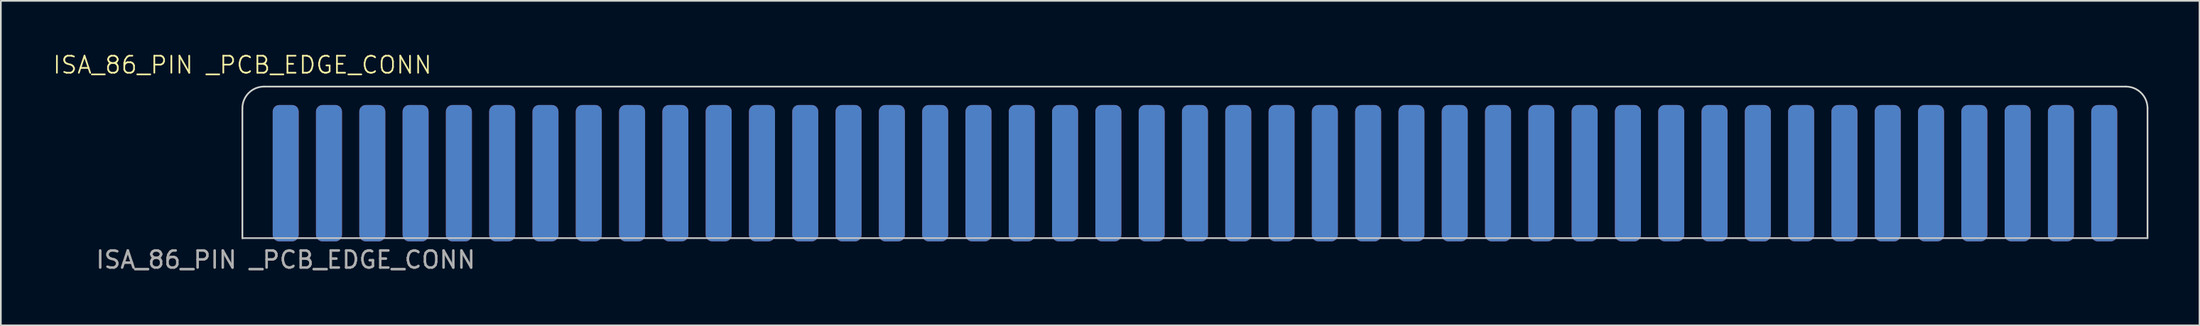
<source format=kicad_pcb>
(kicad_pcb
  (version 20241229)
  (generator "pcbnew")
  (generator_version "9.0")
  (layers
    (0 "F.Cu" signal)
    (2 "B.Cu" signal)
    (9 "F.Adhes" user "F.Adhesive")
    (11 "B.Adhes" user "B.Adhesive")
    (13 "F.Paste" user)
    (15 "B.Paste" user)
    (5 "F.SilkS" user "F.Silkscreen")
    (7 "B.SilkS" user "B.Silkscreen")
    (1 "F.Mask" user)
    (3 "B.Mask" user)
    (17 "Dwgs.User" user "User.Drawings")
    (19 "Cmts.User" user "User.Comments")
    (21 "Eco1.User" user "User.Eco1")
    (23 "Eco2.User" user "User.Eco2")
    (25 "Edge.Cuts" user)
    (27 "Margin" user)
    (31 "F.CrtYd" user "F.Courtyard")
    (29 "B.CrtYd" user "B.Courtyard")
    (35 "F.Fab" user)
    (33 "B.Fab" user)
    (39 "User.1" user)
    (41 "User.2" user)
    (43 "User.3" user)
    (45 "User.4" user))
  (footprint "ISA_86_PIN _PCB_EDGE_CONN"
    (layer "F.Cu")
    (at 13.709 7.111)
    (property "Reference" "ISA_86_PIN _PCB_EDGE_CONN" (at -2.54 -6.35 0) (unlocked yes) (layer "F.SilkS") (effects (font (size 1 1) (thickness 0.1))))
    (attr smd)
    (fp_poly (pts (xy -2.54 -3.81) (xy 109.22 -3.81) (xy 109.22 3.81) (xy -2.54 3.81)) (stroke (width 0.1) (type solid)) (fill yes) (layer "F.Mask"))
    (fp_poly (pts (xy -2.54 -3.81) (xy 109.22 -3.81) (xy 109.22 3.81) (xy -2.54 3.81)) (stroke (width 0.1) (type solid)) (fill yes) (layer "B.Mask"))
    (fp_line (start -2.54 3.81) (end 109.22 3.81) (stroke (width 0.1) (type default)) (layer "Dwgs.User"))
    (fp_line (start -2.54 -3.81) (end -2.54 3.82) (stroke (width 0.1) (type solid)) (layer "Edge.Cuts"))
    (fp_line (start 107.95 -5.08) (end -1.27 -5.08) (stroke (width 0.1) (type default)) (layer "Edge.Cuts"))
    (fp_line (start 109.22 3.81) (end 109.22 -3.81) (stroke (width 0.1) (type solid)) (layer "Edge.Cuts"))
    (fp_arc (start -2.54 -3.81) (mid -2.168026 -4.708026) (end -1.27 -5.08) (stroke (width 0.1) (type solid)) (layer "Edge.Cuts"))
    (fp_arc (start 107.95 -5.08) (mid 108.848026 -4.708026) (end 109.22 -3.81) (stroke (width 0.1) (type solid)) (layer "Edge.Cuts"))
    (fp_text user "${REFERENCE}" (at 0 5.08 0) (unlocked yes) (layer "F.Fab") (effects (font (size 1 1) (thickness 0.15))))
    (pad "1" smd roundrect (at 0 0 90) (size 8 1.524) (layers "F.Cu" "F.Mask" "F.Paste") (roundrect_rratio 0.25) (padstack (mode front_inner_back) (layer "Inner" (shape roundrect) (size 6.35 1.57) (roundrect_rratio 0.15)) (layer "B.Cu" (shape roundrect) (size 6.35 1.57) (roundrect_rratio 0.15))))
    (pad "2" smd roundrect (at 0 0 270) (size 8 1.524) (layers "B.Cu" "B.Mask" "B.Paste") (roundrect_rratio 0.25) (padstack (mode front_inner_back) (layer "Inner" (shape roundrect) (size 6.35 1.57) (roundrect_rratio 0.15)) (layer "B.Cu" (shape roundrect) (size 8 1.524) (roundrect_rratio 0.25))))
    (pad "3" smd roundrect (at 2.54 0 90) (size 8 1.524) (layers "F.Cu" "F.Mask" "F.Paste") (roundrect_rratio 0.25) (padstack (mode front_inner_back) (layer "Inner" (shape roundrect) (size 6.35 1.57) (roundrect_rratio 0.15)) (layer "B.Cu" (shape roundrect) (size 6.35 1.57) (roundrect_rratio 0.15))))
    (pad "4" smd roundrect (at 2.54 0 270) (size 8 1.524) (layers "B.Cu" "B.Mask" "B.Paste") (roundrect_rratio 0.25) (padstack (mode front_inner_back) (layer "Inner" (shape roundrect) (size 6.35 1.57) (roundrect_rratio 0.15)) (layer "B.Cu" (shape roundrect) (size 8 1.524) (roundrect_rratio 0.25))))
    (pad "5" smd roundrect (at 5.08 0 90) (size 8 1.524) (layers "F.Cu" "F.Mask" "F.Paste") (roundrect_rratio 0.25) (padstack (mode front_inner_back) (layer "Inner" (shape roundrect) (size 6.35 1.57) (roundrect_rratio 0.15)) (layer "B.Cu" (shape roundrect) (size 6.35 1.57) (roundrect_rratio 0.15))))
    (pad "6" smd roundrect (at 5.08 0 270) (size 8 1.524) (layers "B.Cu" "B.Mask" "B.Paste") (roundrect_rratio 0.25) (padstack (mode front_inner_back) (layer "Inner" (shape roundrect) (size 6.35 1.57) (roundrect_rratio 0.15)) (layer "B.Cu" (shape roundrect) (size 8 1.524) (roundrect_rratio 0.25))))
    (pad "7" smd roundrect (at 7.62 0 90) (size 8 1.524) (layers "F.Cu" "F.Mask" "F.Paste") (roundrect_rratio 0.25) (padstack (mode front_inner_back) (layer "Inner" (shape roundrect) (size 6.35 1.57) (roundrect_rratio 0.15)) (layer "B.Cu" (shape roundrect) (size 6.35 1.57) (roundrect_rratio 0.15))))
    (pad "8" smd roundrect (at 7.62 0 270) (size 8 1.524) (layers "B.Cu" "B.Mask" "B.Paste") (roundrect_rratio 0.25) (padstack (mode front_inner_back) (layer "Inner" (shape roundrect) (size 6.35 1.57) (roundrect_rratio 0.15)) (layer "B.Cu" (shape roundrect) (size 8 1.524) (roundrect_rratio 0.25))))
    (pad "9" smd roundrect (at 10.16 0 90) (size 8 1.524) (layers "F.Cu" "F.Mask" "F.Paste") (roundrect_rratio 0.25) (padstack (mode front_inner_back) (layer "Inner" (shape roundrect) (size 6.35 1.57) (roundrect_rratio 0.15)) (layer "B.Cu" (shape roundrect) (size 6.35 1.57) (roundrect_rratio 0.15))))
    (pad "10" smd roundrect (at 10.16 0 270) (size 8 1.524) (layers "B.Cu" "B.Mask" "B.Paste") (roundrect_rratio 0.25) (padstack (mode front_inner_back) (layer "Inner" (shape roundrect) (size 6.35 1.57) (roundrect_rratio 0.15)) (layer "B.Cu" (shape roundrect) (size 8 1.524) (roundrect_rratio 0.25))))
    (pad "11" smd roundrect (at 12.7 0 90) (size 8 1.524) (layers "F.Cu" "F.Mask" "F.Paste") (roundrect_rratio 0.25) (padstack (mode front_inner_back) (layer "Inner" (shape roundrect) (size 6.35 1.57) (roundrect_rratio 0.15)) (layer "B.Cu" (shape roundrect) (size 6.35 1.57) (roundrect_rratio 0.15))))
    (pad "12" smd roundrect (at 12.7 0 270) (size 8 1.524) (layers "B.Cu" "B.Mask" "B.Paste") (roundrect_rratio 0.25) (padstack (mode front_inner_back) (layer "Inner" (shape roundrect) (size 6.35 1.57) (roundrect_rratio 0.15)) (layer "B.Cu" (shape roundrect) (size 8 1.524) (roundrect_rratio 0.25))))
    (pad "13" smd roundrect (at 15.24 0 90) (size 8 1.524) (layers "F.Cu" "F.Mask" "F.Paste") (roundrect_rratio 0.25) (padstack (mode front_inner_back) (layer "Inner" (shape roundrect) (size 6.35 1.57) (roundrect_rratio 0.15)) (layer "B.Cu" (shape roundrect) (size 6.35 1.57) (roundrect_rratio 0.15))))
    (pad "14" smd roundrect (at 15.24 0 270) (size 8 1.524) (layers "B.Cu" "B.Mask" "B.Paste") (roundrect_rratio 0.25) (padstack (mode front_inner_back) (layer "Inner" (shape roundrect) (size 6.35 1.57) (roundrect_rratio 0.15)) (layer "B.Cu" (shape roundrect) (size 8 1.524) (roundrect_rratio 0.25))))
    (pad "15" smd roundrect (at 17.78 0 90) (size 8 1.524) (layers "F.Cu" "F.Mask" "F.Paste") (roundrect_rratio 0.25) (padstack (mode front_inner_back) (layer "Inner" (shape roundrect) (size 6.35 1.57) (roundrect_rratio 0.15)) (layer "B.Cu" (shape roundrect) (size 6.35 1.57) (roundrect_rratio 0.15))))
    (pad "16" smd roundrect (at 17.78 0 270) (size 8 1.524) (layers "B.Cu" "B.Mask" "B.Paste") (roundrect_rratio 0.25) (padstack (mode front_inner_back) (layer "Inner" (shape roundrect) (size 6.35 1.57) (roundrect_rratio 0.15)) (layer "B.Cu" (shape roundrect) (size 8 1.524) (roundrect_rratio 0.25))))
    (pad "17" smd roundrect (at 20.32 0 90) (size 8 1.524) (layers "F.Cu" "F.Mask" "F.Paste") (roundrect_rratio 0.25) (padstack (mode front_inner_back) (layer "Inner" (shape roundrect) (size 6.35 1.57) (roundrect_rratio 0.15)) (layer "B.Cu" (shape roundrect) (size 6.35 1.57) (roundrect_rratio 0.15))))
    (pad "18" smd roundrect (at 20.32 0 270) (size 8 1.524) (layers "B.Cu" "B.Mask" "B.Paste") (roundrect_rratio 0.25) (padstack (mode front_inner_back) (layer "Inner" (shape roundrect) (size 6.35 1.57) (roundrect_rratio 0.15)) (layer "B.Cu" (shape roundrect) (size 8 1.524) (roundrect_rratio 0.25))))
    (pad "19" smd roundrect (at 22.86 0 90) (size 8 1.524) (layers "F.Cu" "F.Mask" "F.Paste") (roundrect_rratio 0.25) (padstack (mode front_inner_back) (layer "Inner" (shape roundrect) (size 6.35 1.57) (roundrect_rratio 0.15)) (layer "B.Cu" (shape roundrect) (size 6.35 1.57) (roundrect_rratio 0.15))))
    (pad "20" smd roundrect (at 22.86 0 270) (size 8 1.524) (layers "B.Cu" "B.Mask" "B.Paste") (roundrect_rratio 0.25) (padstack (mode front_inner_back) (layer "Inner" (shape roundrect) (size 6.35 1.57) (roundrect_rratio 0.15)) (layer "B.Cu" (shape roundrect) (size 8 1.524) (roundrect_rratio 0.25))))
    (pad "21" smd roundrect (at 25.4 0 90) (size 8 1.524) (layers "F.Cu" "F.Mask" "F.Paste") (roundrect_rratio 0.25) (padstack (mode front_inner_back) (layer "Inner" (shape roundrect) (size 6.35 1.57) (roundrect_rratio 0.15)) (layer "B.Cu" (shape roundrect) (size 6.35 1.57) (roundrect_rratio 0.15))))
    (pad "22" smd roundrect (at 25.4 0 270) (size 8 1.524) (layers "B.Cu" "B.Mask" "B.Paste") (roundrect_rratio 0.25) (padstack (mode front_inner_back) (layer "Inner" (shape roundrect) (size 6.35 1.57) (roundrect_rratio 0.15)) (layer "B.Cu" (shape roundrect) (size 8 1.524) (roundrect_rratio 0.25))))
    (pad "23" smd roundrect (at 27.94 0 90) (size 8 1.524) (layers "F.Cu" "F.Mask" "F.Paste") (roundrect_rratio 0.25) (padstack (mode front_inner_back) (layer "Inner" (shape roundrect) (size 6.35 1.57) (roundrect_rratio 0.15)) (layer "B.Cu" (shape roundrect) (size 6.35 1.57) (roundrect_rratio 0.15))))
    (pad "24" smd roundrect (at 27.94 0 270) (size 8 1.524) (layers "B.Cu" "B.Mask" "B.Paste") (roundrect_rratio 0.25) (padstack (mode front_inner_back) (layer "Inner" (shape roundrect) (size 6.35 1.57) (roundrect_rratio 0.15)) (layer "B.Cu" (shape roundrect) (size 8 1.524) (roundrect_rratio 0.25))))
    (pad "25" smd roundrect (at 30.48 0 90) (size 8 1.524) (layers "F.Cu" "F.Mask" "F.Paste") (roundrect_rratio 0.25) (padstack (mode front_inner_back) (layer "Inner" (shape roundrect) (size 6.35 1.57) (roundrect_rratio 0.15)) (layer "B.Cu" (shape roundrect) (size 6.35 1.57) (roundrect_rratio 0.15))))
    (pad "26" smd roundrect (at 30.48 0 270) (size 8 1.524) (layers "B.Cu" "B.Mask" "B.Paste") (roundrect_rratio 0.25) (padstack (mode front_inner_back) (layer "Inner" (shape roundrect) (size 6.35 1.57) (roundrect_rratio 0.15)) (layer "B.Cu" (shape roundrect) (size 8 1.524) (roundrect_rratio 0.25))))
    (pad "27" smd roundrect (at 33.02 0 90) (size 8 1.524) (layers "F.Cu" "F.Mask" "F.Paste") (roundrect_rratio 0.25) (padstack (mode front_inner_back) (layer "Inner" (shape roundrect) (size 6.35 1.57) (roundrect_rratio 0.15)) (layer "B.Cu" (shape roundrect) (size 6.35 1.57) (roundrect_rratio 0.15))))
    (pad "28" smd roundrect (at 33.02 0 270) (size 8 1.524) (layers "B.Cu" "B.Mask" "B.Paste") (roundrect_rratio 0.25) (padstack (mode front_inner_back) (layer "Inner" (shape roundrect) (size 6.35 1.57) (roundrect_rratio 0.15)) (layer "B.Cu" (shape roundrect) (size 8 1.524) (roundrect_rratio 0.25))))
    (pad "29" smd roundrect (at 35.56 0 90) (size 8 1.524) (layers "F.Cu" "F.Mask" "F.Paste") (roundrect_rratio 0.25) (padstack (mode front_inner_back) (layer "Inner" (shape roundrect) (size 6.35 1.57) (roundrect_rratio 0.15)) (layer "B.Cu" (shape roundrect) (size 6.35 1.57) (roundrect_rratio 0.15))))
    (pad "30" smd roundrect (at 35.56 0 270) (size 8 1.524) (layers "B.Cu" "B.Mask" "B.Paste") (roundrect_rratio 0.25) (padstack (mode front_inner_back) (layer "Inner" (shape roundrect) (size 6.35 1.57) (roundrect_rratio 0.15)) (layer "B.Cu" (shape roundrect) (size 8 1.524) (roundrect_rratio 0.25))))
    (pad "31" smd roundrect (at 38.1 0 90) (size 8 1.524) (layers "F.Cu" "F.Mask" "F.Paste") (roundrect_rratio 0.25) (padstack (mode front_inner_back) (layer "Inner" (shape roundrect) (size 6.35 1.57) (roundrect_rratio 0.15)) (layer "B.Cu" (shape roundrect) (size 6.35 1.57) (roundrect_rratio 0.15))))
    (pad "32" smd roundrect (at 38.1 0 270) (size 8 1.524) (layers "B.Cu" "B.Mask" "B.Paste") (roundrect_rratio 0.25) (padstack (mode front_inner_back) (layer "Inner" (shape roundrect) (size 6.35 1.57) (roundrect_rratio 0.15)) (layer "B.Cu" (shape roundrect) (size 8 1.524) (roundrect_rratio 0.25))))
    (pad "33" smd roundrect (at 40.64 0 90) (size 8 1.524) (layers "F.Cu" "F.Mask" "F.Paste") (roundrect_rratio 0.25) (padstack (mode front_inner_back) (layer "Inner" (shape roundrect) (size 6.35 1.57) (roundrect_rratio 0.15)) (layer "B.Cu" (shape roundrect) (size 6.35 1.57) (roundrect_rratio 0.15))))
    (pad "34" smd roundrect (at 40.64 0 270) (size 8 1.524) (layers "B.Cu" "B.Mask" "B.Paste") (roundrect_rratio 0.25) (padstack (mode front_inner_back) (layer "Inner" (shape roundrect) (size 6.35 1.57) (roundrect_rratio 0.15)) (layer "B.Cu" (shape roundrect) (size 8 1.524) (roundrect_rratio 0.25))))
    (pad "35" smd roundrect (at 43.18 0 90) (size 8 1.524) (layers "F.Cu" "F.Mask" "F.Paste") (roundrect_rratio 0.25) (padstack (mode front_inner_back) (layer "Inner" (shape roundrect) (size 6.35 1.57) (roundrect_rratio 0.15)) (layer "B.Cu" (shape roundrect) (size 6.35 1.57) (roundrect_rratio 0.15))))
    (pad "36" smd roundrect (at 43.18 0 270) (size 8 1.524) (layers "B.Cu" "B.Mask" "B.Paste") (roundrect_rratio 0.25) (padstack (mode front_inner_back) (layer "Inner" (shape roundrect) (size 6.35 1.57) (roundrect_rratio 0.15)) (layer "B.Cu" (shape roundrect) (size 8 1.524) (roundrect_rratio 0.25))))
    (pad "37" smd roundrect (at 45.72 0 90) (size 8 1.524) (layers "F.Cu" "F.Mask" "F.Paste") (roundrect_rratio 0.25) (padstack (mode front_inner_back) (layer "Inner" (shape roundrect) (size 6.35 1.57) (roundrect_rratio 0.15)) (layer "B.Cu" (shape roundrect) (size 6.35 1.57) (roundrect_rratio 0.15))))
    (pad "38" smd roundrect (at 45.72 0 270) (size 8 1.524) (layers "B.Cu" "B.Mask" "B.Paste") (roundrect_rratio 0.25) (padstack (mode front_inner_back) (layer "Inner" (shape roundrect) (size 6.35 1.57) (roundrect_rratio 0.15)) (layer "B.Cu" (shape roundrect) (size 8 1.524) (roundrect_rratio 0.25))))
    (pad "39" smd roundrect (at 48.26 0 90) (size 8 1.524) (layers "F.Cu" "F.Mask" "F.Paste") (roundrect_rratio 0.25) (padstack (mode front_inner_back) (layer "Inner" (shape roundrect) (size 6.35 1.57) (roundrect_rratio 0.15)) (layer "B.Cu" (shape roundrect) (size 6.35 1.57) (roundrect_rratio 0.15))))
    (pad "40" smd roundrect (at 48.26 0 270) (size 8 1.524) (layers "B.Cu" "B.Mask" "B.Paste") (roundrect_rratio 0.25) (padstack (mode front_inner_back) (layer "Inner" (shape roundrect) (size 6.35 1.57) (roundrect_rratio 0.15)) (layer "B.Cu" (shape roundrect) (size 8 1.524) (roundrect_rratio 0.25))))
    (pad "41" smd roundrect (at 50.8 0 90) (size 8 1.524) (layers "F.Cu" "F.Mask" "F.Paste") (roundrect_rratio 0.25) (padstack (mode front_inner_back) (layer "Inner" (shape roundrect) (size 6.35 1.57) (roundrect_rratio 0.15)) (layer "B.Cu" (shape roundrect) (size 6.35 1.57) (roundrect_rratio 0.15))))
    (pad "42" smd roundrect (at 50.8 0 270) (size 8 1.524) (layers "B.Cu" "B.Mask" "B.Paste") (roundrect_rratio 0.25) (padstack (mode front_inner_back) (layer "Inner" (shape roundrect) (size 6.35 1.57) (roundrect_rratio 0.15)) (layer "B.Cu" (shape roundrect) (size 8 1.524) (roundrect_rratio 0.25))))
    (pad "43" smd roundrect (at 53.34 0 90) (size 8 1.524) (layers "F.Cu" "F.Mask" "F.Paste") (roundrect_rratio 0.25) (padstack (mode front_inner_back) (layer "Inner" (shape roundrect) (size 6.35 1.57) (roundrect_rratio 0.15)) (layer "B.Cu" (shape roundrect) (size 6.35 1.57) (roundrect_rratio 0.15))))
    (pad "44" smd roundrect (at 53.34 0 270) (size 8 1.524) (layers "B.Cu" "B.Mask" "B.Paste") (roundrect_rratio 0.25) (padstack (mode front_inner_back) (layer "Inner" (shape roundrect) (size 6.35 1.57) (roundrect_rratio 0.15)) (layer "B.Cu" (shape roundrect) (size 8 1.524) (roundrect_rratio 0.25))))
    (pad "45" smd roundrect (at 55.88 0 90) (size 8 1.524) (layers "F.Cu" "F.Mask" "F.Paste") (roundrect_rratio 0.25) (padstack (mode front_inner_back) (layer "Inner" (shape roundrect) (size 6.35 1.57) (roundrect_rratio 0.15)) (layer "B.Cu" (shape roundrect) (size 6.35 1.57) (roundrect_rratio 0.15))))
    (pad "46" smd roundrect (at 55.88 0 270) (size 8 1.524) (layers "B.Cu" "B.Mask" "B.Paste") (roundrect_rratio 0.25) (padstack (mode front_inner_back) (layer "Inner" (shape roundrect) (size 6.35 1.57) (roundrect_rratio 0.15)) (layer "B.Cu" (shape roundrect) (size 8 1.524) (roundrect_rratio 0.25))))
    (pad "47" smd roundrect (at 58.42 0 90) (size 8 1.524) (layers "F.Cu" "F.Mask" "F.Paste") (roundrect_rratio 0.25) (padstack (mode front_inner_back) (layer "Inner" (shape roundrect) (size 6.35 1.57) (roundrect_rratio 0.15)) (layer "B.Cu" (shape roundrect) (size 6.35 1.57) (roundrect_rratio 0.15))))
    (pad "48" smd roundrect (at 58.42 0 270) (size 8 1.524) (layers "B.Cu" "B.Mask" "B.Paste") (roundrect_rratio 0.25) (padstack (mode front_inner_back) (layer "Inner" (shape roundrect) (size 6.35 1.57) (roundrect_rratio 0.15)) (layer "B.Cu" (shape roundrect) (size 8 1.524) (roundrect_rratio 0.25))))
    (pad "49" smd roundrect (at 60.96 0 90) (size 8 1.524) (layers "F.Cu" "F.Mask" "F.Paste") (roundrect_rratio 0.25) (padstack (mode front_inner_back) (layer "Inner" (shape roundrect) (size 6.35 1.57) (roundrect_rratio 0.15)) (layer "B.Cu" (shape roundrect) (size 6.35 1.57) (roundrect_rratio 0.15))))
    (pad "50" smd roundrect (at 60.96 0 270) (size 8 1.524) (layers "B.Cu" "B.Mask" "B.Paste") (roundrect_rratio 0.25) (padstack (mode front_inner_back) (layer "Inner" (shape roundrect) (size 6.35 1.57) (roundrect_rratio 0.15)) (layer "B.Cu" (shape roundrect) (size 8 1.524) (roundrect_rratio 0.25))))
    (pad "51" smd roundrect (at 63.5 0 90) (size 8 1.524) (layers "F.Cu" "F.Mask" "F.Paste") (roundrect_rratio 0.25) (padstack (mode front_inner_back) (layer "Inner" (shape roundrect) (size 6.35 1.57) (roundrect_rratio 0.15)) (layer "B.Cu" (shape roundrect) (size 6.35 1.57) (roundrect_rratio 0.15))))
    (pad "52" smd roundrect (at 63.5 0 270) (size 8 1.524) (layers "B.Cu" "B.Mask" "B.Paste") (roundrect_rratio 0.25) (padstack (mode front_inner_back) (layer "Inner" (shape roundrect) (size 6.35 1.57) (roundrect_rratio 0.15)) (layer "B.Cu" (shape roundrect) (size 8 1.524) (roundrect_rratio 0.25))))
    (pad "53" smd roundrect (at 66.04 0 90) (size 8 1.524) (layers "F.Cu" "F.Mask" "F.Paste") (roundrect_rratio 0.25) (padstack (mode front_inner_back) (layer "Inner" (shape roundrect) (size 6.35 1.57) (roundrect_rratio 0.15)) (layer "B.Cu" (shape roundrect) (size 6.35 1.57) (roundrect_rratio 0.15))))
    (pad "54" smd roundrect (at 66.04 0 270) (size 8 1.524) (layers "B.Cu" "B.Mask" "B.Paste") (roundrect_rratio 0.25) (padstack (mode front_inner_back) (layer "Inner" (shape roundrect) (size 6.35 1.57) (roundrect_rratio 0.15)) (layer "B.Cu" (shape roundrect) (size 8 1.524) (roundrect_rratio 0.25))))
    (pad "55" smd roundrect (at 68.58 0 90) (size 8 1.524) (layers "F.Cu" "F.Mask" "F.Paste") (roundrect_rratio 0.25) (padstack (mode front_inner_back) (layer "Inner" (shape roundrect) (size 6.35 1.57) (roundrect_rratio 0.15)) (layer "B.Cu" (shape roundrect) (size 6.35 1.57) (roundrect_rratio 0.15))))
    (pad "56" smd roundrect (at 68.58 0 270) (size 8 1.524) (layers "B.Cu" "B.Mask" "B.Paste") (roundrect_rratio 0.25) (padstack (mode front_inner_back) (layer "Inner" (shape roundrect) (size 6.35 1.57) (roundrect_rratio 0.15)) (layer "B.Cu" (shape roundrect) (size 8 1.524) (roundrect_rratio 0.25))))
    (pad "57" smd roundrect (at 71.12 0 90) (size 8 1.524) (layers "F.Cu" "F.Mask" "F.Paste") (roundrect_rratio 0.25) (padstack (mode front_inner_back) (layer "Inner" (shape roundrect) (size 6.35 1.57) (roundrect_rratio 0.15)) (layer "B.Cu" (shape roundrect) (size 6.35 1.57) (roundrect_rratio 0.15))))
    (pad "58" smd roundrect (at 71.12 0 270) (size 8 1.524) (layers "B.Cu" "B.Mask" "B.Paste") (roundrect_rratio 0.25) (padstack (mode front_inner_back) (layer "Inner" (shape roundrect) (size 6.35 1.57) (roundrect_rratio 0.15)) (layer "B.Cu" (shape roundrect) (size 8 1.524) (roundrect_rratio 0.25))))
    (pad "59" smd roundrect (at 73.66 0 90) (size 8 1.524) (layers "F.Cu" "F.Mask" "F.Paste") (roundrect_rratio 0.25) (padstack (mode front_inner_back) (layer "Inner" (shape roundrect) (size 6.35 1.57) (roundrect_rratio 0.15)) (layer "B.Cu" (shape roundrect) (size 6.35 1.57) (roundrect_rratio 0.15))))
    (pad "60" smd roundrect (at 73.66 0 270) (size 8 1.524) (layers "B.Cu" "B.Mask" "B.Paste") (roundrect_rratio 0.25) (padstack (mode front_inner_back) (layer "Inner" (shape roundrect) (size 6.35 1.57) (roundrect_rratio 0.15)) (layer "B.Cu" (shape roundrect) (size 8 1.524) (roundrect_rratio 0.25))))
    (pad "61" smd roundrect (at 76.2 0 90) (size 8 1.524) (layers "F.Cu" "F.Mask" "F.Paste") (roundrect_rratio 0.25) (padstack (mode front_inner_back) (layer "Inner" (shape roundrect) (size 6.35 1.57) (roundrect_rratio 0.15)) (layer "B.Cu" (shape roundrect) (size 6.35 1.57) (roundrect_rratio 0.15))))
    (pad "62" smd roundrect (at 76.2 0 270) (size 8 1.524) (layers "B.Cu" "B.Mask" "B.Paste") (roundrect_rratio 0.25) (padstack (mode front_inner_back) (layer "Inner" (shape roundrect) (size 6.35 1.57) (roundrect_rratio 0.15)) (layer "B.Cu" (shape roundrect) (size 8 1.524) (roundrect_rratio 0.25))))
    (pad "63" smd roundrect (at 78.74 0 90) (size 8 1.524) (layers "F.Cu" "F.Mask" "F.Paste") (roundrect_rratio 0.25) (padstack (mode front_inner_back) (layer "Inner" (shape roundrect) (size 6.35 1.57) (roundrect_rratio 0.15)) (layer "B.Cu" (shape roundrect) (size 6.35 1.57) (roundrect_rratio 0.15))))
    (pad "64" smd roundrect (at 78.74 0 270) (size 8 1.524) (layers "B.Cu" "B.Mask" "B.Paste") (roundrect_rratio 0.25) (padstack (mode front_inner_back) (layer "Inner" (shape roundrect) (size 6.35 1.57) (roundrect_rratio 0.15)) (layer "B.Cu" (shape roundrect) (size 8 1.524) (roundrect_rratio 0.25))))
    (pad "65" smd roundrect (at 81.28 0 90) (size 8 1.524) (layers "F.Cu" "F.Mask" "F.Paste") (roundrect_rratio 0.25) (padstack (mode front_inner_back) (layer "Inner" (shape roundrect) (size 6.35 1.57) (roundrect_rratio 0.15)) (layer "B.Cu" (shape roundrect) (size 6.35 1.57) (roundrect_rratio 0.15))))
    (pad "66" smd roundrect (at 81.28 0 270) (size 8 1.524) (layers "B.Cu" "B.Mask" "B.Paste") (roundrect_rratio 0.25) (padstack (mode front_inner_back) (layer "Inner" (shape roundrect) (size 6.35 1.57) (roundrect_rratio 0.15)) (layer "B.Cu" (shape roundrect) (size 8 1.524) (roundrect_rratio 0.25))))
    (pad "67" smd roundrect (at 83.82 0 90) (size 8 1.524) (layers "F.Cu" "F.Mask" "F.Paste") (roundrect_rratio 0.25) (padstack (mode front_inner_back) (layer "Inner" (shape roundrect) (size 6.35 1.57) (roundrect_rratio 0.15)) (layer "B.Cu" (shape roundrect) (size 6.35 1.57) (roundrect_rratio 0.15))))
    (pad "68" smd roundrect (at 83.82 0 270) (size 8 1.524) (layers "B.Cu" "B.Mask" "B.Paste") (roundrect_rratio 0.25) (padstack (mode front_inner_back) (layer "Inner" (shape roundrect) (size 6.35 1.57) (roundrect_rratio 0.15)) (layer "B.Cu" (shape roundrect) (size 8 1.524) (roundrect_rratio 0.25))))
    (pad "69" smd roundrect (at 86.36 0 90) (size 8 1.524) (layers "F.Cu" "F.Mask" "F.Paste") (roundrect_rratio 0.25) (padstack (mode front_inner_back) (layer "Inner" (shape roundrect) (size 6.35 1.57) (roundrect_rratio 0.15)) (layer "B.Cu" (shape roundrect) (size 6.35 1.57) (roundrect_rratio 0.15))))
    (pad "70" smd roundrect (at 86.36 0 270) (size 8 1.524) (layers "B.Cu" "B.Mask" "B.Paste") (roundrect_rratio 0.25) (padstack (mode front_inner_back) (layer "Inner" (shape roundrect) (size 6.35 1.57) (roundrect_rratio 0.15)) (layer "B.Cu" (shape roundrect) (size 8 1.524) (roundrect_rratio 0.25))))
    (pad "71" smd roundrect (at 88.9 0 90) (size 8 1.524) (layers "F.Cu" "F.Mask" "F.Paste") (roundrect_rratio 0.25) (padstack (mode front_inner_back) (layer "Inner" (shape roundrect) (size 6.35 1.57) (roundrect_rratio 0.15)) (layer "B.Cu" (shape roundrect) (size 6.35 1.57) (roundrect_rratio 0.15))))
    (pad "72" smd roundrect (at 88.9 0 270) (size 8 1.524) (layers "B.Cu" "B.Mask" "B.Paste") (roundrect_rratio 0.25) (padstack (mode front_inner_back) (layer "Inner" (shape roundrect) (size 6.35 1.57) (roundrect_rratio 0.15)) (layer "B.Cu" (shape roundrect) (size 8 1.524) (roundrect_rratio 0.25))))
    (pad "73" smd roundrect (at 91.44 0 90) (size 8 1.524) (layers "F.Cu" "F.Mask" "F.Paste") (roundrect_rratio 0.25) (padstack (mode front_inner_back) (layer "Inner" (shape roundrect) (size 6.35 1.57) (roundrect_rratio 0.15)) (layer "B.Cu" (shape roundrect) (size 6.35 1.57) (roundrect_rratio 0.15))))
    (pad "74" smd roundrect (at 91.44 0 270) (size 8 1.524) (layers "B.Cu" "B.Mask" "B.Paste") (roundrect_rratio 0.25) (padstack (mode front_inner_back) (layer "Inner" (shape roundrect) (size 6.35 1.57) (roundrect_rratio 0.15)) (layer "B.Cu" (shape roundrect) (size 8 1.524) (roundrect_rratio 0.25))))
    (pad "75" smd roundrect (at 93.98 0 90) (size 8 1.524) (layers "F.Cu" "F.Mask" "F.Paste") (roundrect_rratio 0.25) (padstack (mode front_inner_back) (layer "Inner" (shape roundrect) (size 6.35 1.57) (roundrect_rratio 0.15)) (layer "B.Cu" (shape roundrect) (size 6.35 1.57) (roundrect_rratio 0.15))))
    (pad "76" smd roundrect (at 93.98 0 270) (size 8 1.524) (layers "B.Cu" "B.Mask" "B.Paste") (roundrect_rratio 0.25) (padstack (mode front_inner_back) (layer "Inner" (shape roundrect) (size 6.35 1.57) (roundrect_rratio 0.15)) (layer "B.Cu" (shape roundrect) (size 8 1.524) (roundrect_rratio 0.25))))
    (pad "77" smd roundrect (at 96.52 0 90) (size 8 1.524) (layers "F.Cu" "F.Mask" "F.Paste") (roundrect_rratio 0.25) (padstack (mode front_inner_back) (layer "Inner" (shape roundrect) (size 6.35 1.57) (roundrect_rratio 0.15)) (layer "B.Cu" (shape roundrect) (size 6.35 1.57) (roundrect_rratio 0.15))))
    (pad "78" smd roundrect (at 96.52 0 270) (size 8 1.524) (layers "B.Cu" "B.Mask" "B.Paste") (roundrect_rratio 0.25) (padstack (mode front_inner_back) (layer "Inner" (shape roundrect) (size 6.35 1.57) (roundrect_rratio 0.15)) (layer "B.Cu" (shape roundrect) (size 8 1.524) (roundrect_rratio 0.25))))
    (pad "79" smd roundrect (at 99.06 0 90) (size 8 1.524) (layers "F.Cu" "F.Mask" "F.Paste") (roundrect_rratio 0.25) (padstack (mode front_inner_back) (layer "Inner" (shape roundrect) (size 6.35 1.57) (roundrect_rratio 0.15)) (layer "B.Cu" (shape roundrect) (size 6.35 1.57) (roundrect_rratio 0.15))))
    (pad "80" smd roundrect (at 99.06 0 270) (size 8 1.524) (layers "B.Cu" "B.Mask" "B.Paste") (roundrect_rratio 0.25) (padstack (mode front_inner_back) (layer "Inner" (shape roundrect) (size 6.35 1.57) (roundrect_rratio 0.15)) (layer "B.Cu" (shape roundrect) (size 8 1.524) (roundrect_rratio 0.25))))
    (pad "81" smd roundrect (at 101.6 0 90) (size 8 1.524) (layers "F.Cu" "F.Mask" "F.Paste") (roundrect_rratio 0.25) (padstack (mode front_inner_back) (layer "Inner" (shape roundrect) (size 6.35 1.57) (roundrect_rratio 0.15)) (layer "B.Cu" (shape roundrect) (size 6.35 1.57) (roundrect_rratio 0.15))))
    (pad "82" smd roundrect (at 101.6 0 270) (size 8 1.524) (layers "B.Cu" "B.Mask" "B.Paste") (roundrect_rratio 0.25) (padstack (mode front_inner_back) (layer "Inner" (shape roundrect) (size 6.35 1.57) (roundrect_rratio 0.15)) (layer "B.Cu" (shape roundrect) (size 8 1.524) (roundrect_rratio 0.25))))
    (pad "83" smd roundrect (at 104.14 0 90) (size 8 1.524) (layers "F.Cu" "F.Mask" "F.Paste") (roundrect_rratio 0.25) (padstack (mode front_inner_back) (layer "Inner" (shape roundrect) (size 6.35 1.57) (roundrect_rratio 0.15)) (layer "B.Cu" (shape roundrect) (size 6.35 1.57) (roundrect_rratio 0.15))))
    (pad "84" smd roundrect (at 104.14 0 270) (size 8 1.524) (layers "B.Cu" "B.Mask" "B.Paste") (roundrect_rratio 0.25) (padstack (mode front_inner_back) (layer "Inner" (shape roundrect) (size 6.35 1.57) (roundrect_rratio 0.15)) (layer "B.Cu" (shape roundrect) (size 8 1.524) (roundrect_rratio 0.25))))
    (pad "85" smd roundrect (at 106.68 0 90) (size 8 1.524) (layers "F.Cu" "F.Mask" "F.Paste") (roundrect_rratio 0.25) (padstack (mode front_inner_back) (layer "Inner" (shape roundrect) (size 6.35 1.57) (roundrect_rratio 0.15)) (layer "B.Cu" (shape roundrect) (size 6.35 1.57) (roundrect_rratio 0.15))))
    (pad "86" smd roundrect (at 106.68 0 270) (size 8 1.524) (layers "B.Cu" "B.Mask" "B.Paste") (roundrect_rratio 0.25) (padstack (mode front_inner_back) (layer "Inner" (shape roundrect) (size 6.35 1.57) (roundrect_rratio 0.15)) (layer "B.Cu" (shape roundrect) (size 8 1.524) (roundrect_rratio 0.25)))))
  (gr_rect
    (start -3 -3)
    (end 125.979 16.039)
    (stroke (width 0.1) (type default))
    (fill no)
    (layer "Edge.Cuts")))
</source>
